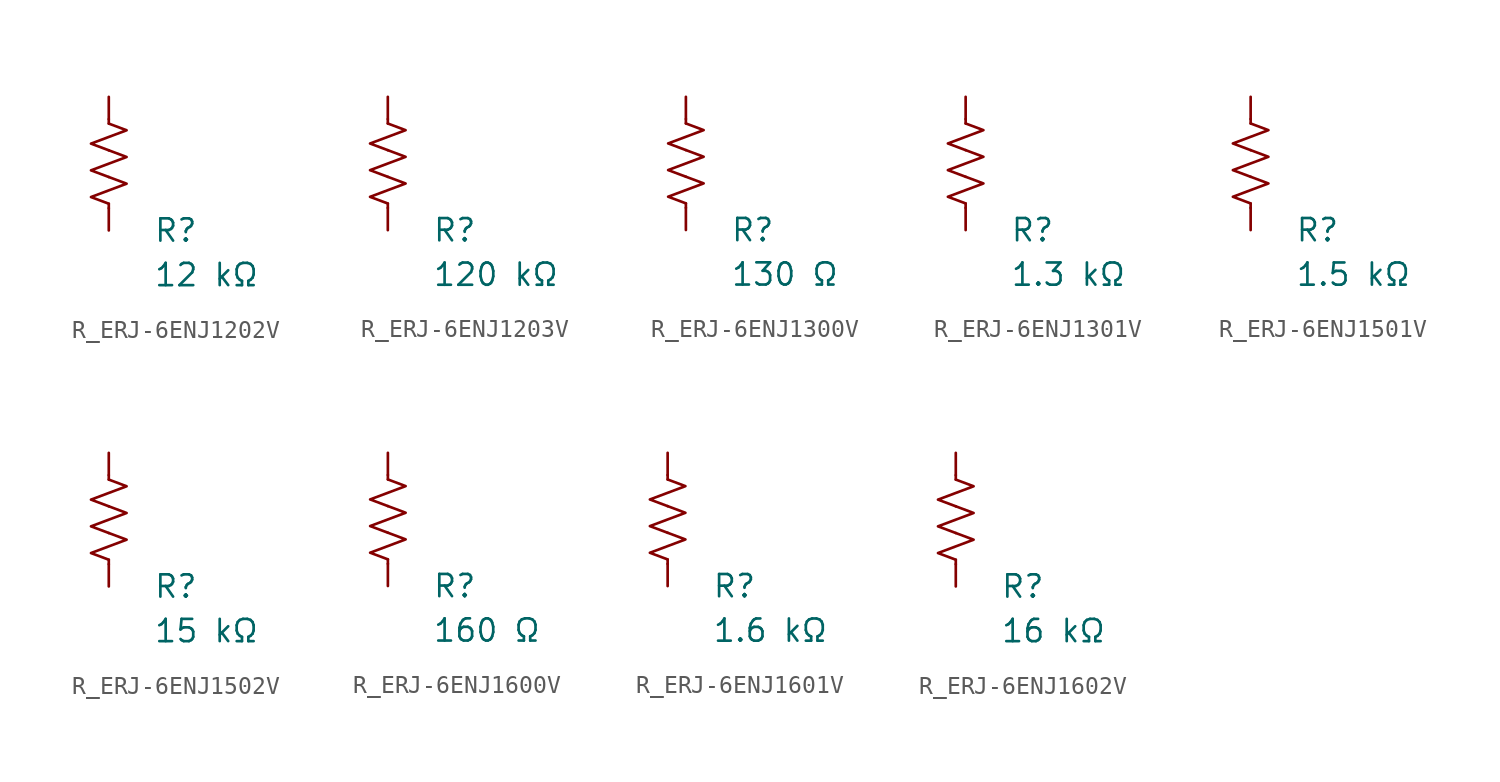
<source format=kicad_sym>
(kicad_symbol_lib
  (version 20231120)
  (generator "kicad_symbol_editor")
  (generator_version "8.0")
  (symbol "R_ERJ-6ENJ1202V"
    (pin_numbers hide)
    (pin_names
      (offset 0))
    (property "Reference" "R"
      (at 2.54 -3.81 0)
      (effects (font (size 1.27 1.27)) (justify left))
      (show_name no))
    (property "Value" "12 kΩ"
      (at 2.54 -6.35 0)
      (effects (font (size 1.27 1.27)) (justify left))
      (show_name no))
    (symbol "R_ERJ-6ENJ1202V_0_1"
      (polyline (pts (xy 0 -2.286) (xy 0 -2.54)) (stroke (width 0) (type default)) (fill (type none)))
      (polyline (pts (xy 0 2.286) (xy 0 2.54)) (stroke (width 0) (type default)) (fill (type none)))
      (polyline (pts (xy 0 -0.762) (xy 1.016 -1.143) (xy 0 -1.524) (xy -1.016 -1.905) (xy 0 -2.286)) (stroke (width 0) (type default)) (fill (type none)))
      (polyline (pts (xy 0 0.762) (xy 1.016 0.381) (xy 0 0) (xy -1.016 -0.381) (xy 0 -0.762)) (stroke (width 0) (type default)) (fill (type none)))
      (polyline (pts (xy 0 2.286) (xy 1.016 1.905) (xy 0 1.524) (xy -1.016 1.143) (xy 0 0.762)) (stroke (width 0) (type default)) (fill (type none))))
    (symbol "R_ERJ-6ENJ1202V_1_1"
      (pin passive line (at 0 3.81 270) (length 1.27) (name "~" (effects (font (size 1.27 1.27)))) (number "1" (effects (font (size 1.27 1.27)))))
      (pin passive line (at 0 -3.81 90) (length 1.27) (name "~" (effects (font (size 1.27 1.27)))) (number "2" (effects (font (size 1.27 1.27)))))))
  (symbol "R_ERJ-6ENJ1203V"
    (pin_numbers hide)
    (pin_names
      (offset 0))
    (property "Reference" "R"
      (at 2.54 -3.81 0)
      (effects (font (size 1.27 1.27)) (justify left))
      (show_name no))
    (property "Value" "120 kΩ"
      (at 2.54 -6.35 0)
      (effects (font (size 1.27 1.27)) (justify left))
      (show_name no))
    (symbol "R_ERJ-6ENJ1203V_0_1"
      (polyline (pts (xy 0 -2.286) (xy 0 -2.54)) (stroke (width 0) (type default)) (fill (type none)))
      (polyline (pts (xy 0 2.286) (xy 0 2.54)) (stroke (width 0) (type default)) (fill (type none)))
      (polyline (pts (xy 0 -0.762) (xy 1.016 -1.143) (xy 0 -1.524) (xy -1.016 -1.905) (xy 0 -2.286)) (stroke (width 0) (type default)) (fill (type none)))
      (polyline (pts (xy 0 0.762) (xy 1.016 0.381) (xy 0 0) (xy -1.016 -0.381) (xy 0 -0.762)) (stroke (width 0) (type default)) (fill (type none)))
      (polyline (pts (xy 0 2.286) (xy 1.016 1.905) (xy 0 1.524) (xy -1.016 1.143) (xy 0 0.762)) (stroke (width 0) (type default)) (fill (type none))))
    (symbol "R_ERJ-6ENJ1203V_1_1"
      (pin passive line (at 0 3.81 270) (length 1.27) (name "~" (effects (font (size 1.27 1.27)))) (number "1" (effects (font (size 1.27 1.27)))))
      (pin passive line (at 0 -3.81 90) (length 1.27) (name "~" (effects (font (size 1.27 1.27)))) (number "2" (effects (font (size 1.27 1.27)))))))
  (symbol "R_ERJ-6ENJ1300V"
    (pin_numbers hide)
    (pin_names
      (offset 0))
    (property "Reference" "R"
      (at 2.54 -3.81 0)
      (effects (font (size 1.27 1.27)) (justify left))
      (show_name no))
    (property "Value" "130 Ω"
      (at 2.54 -6.35 0)
      (effects (font (size 1.27 1.27)) (justify left))
      (show_name no))
    (symbol "R_ERJ-6ENJ1300V_0_1"
      (polyline (pts (xy 0 -2.286) (xy 0 -2.54)) (stroke (width 0) (type default)) (fill (type none)))
      (polyline (pts (xy 0 2.286) (xy 0 2.54)) (stroke (width 0) (type default)) (fill (type none)))
      (polyline (pts (xy 0 -0.762) (xy 1.016 -1.143) (xy 0 -1.524) (xy -1.016 -1.905) (xy 0 -2.286)) (stroke (width 0) (type default)) (fill (type none)))
      (polyline (pts (xy 0 0.762) (xy 1.016 0.381) (xy 0 0) (xy -1.016 -0.381) (xy 0 -0.762)) (stroke (width 0) (type default)) (fill (type none)))
      (polyline (pts (xy 0 2.286) (xy 1.016 1.905) (xy 0 1.524) (xy -1.016 1.143) (xy 0 0.762)) (stroke (width 0) (type default)) (fill (type none))))
    (symbol "R_ERJ-6ENJ1300V_1_1"
      (pin passive line (at 0 3.81 270) (length 1.27) (name "~" (effects (font (size 1.27 1.27)))) (number "1" (effects (font (size 1.27 1.27)))))
      (pin passive line (at 0 -3.81 90) (length 1.27) (name "~" (effects (font (size 1.27 1.27)))) (number "2" (effects (font (size 1.27 1.27)))))))
  (symbol "R_ERJ-6ENJ1301V"
    (pin_numbers hide)
    (pin_names
      (offset 0))
    (property "Reference" "R"
      (at 2.54 -3.81 0)
      (effects (font (size 1.27 1.27)) (justify left))
      (show_name no))
    (property "Value" "1.3 kΩ"
      (at 2.54 -6.35 0)
      (effects (font (size 1.27 1.27)) (justify left))
      (show_name no))
    (symbol "R_ERJ-6ENJ1301V_0_1"
      (polyline (pts (xy 0 -2.286) (xy 0 -2.54)) (stroke (width 0) (type default)) (fill (type none)))
      (polyline (pts (xy 0 2.286) (xy 0 2.54)) (stroke (width 0) (type default)) (fill (type none)))
      (polyline (pts (xy 0 -0.762) (xy 1.016 -1.143) (xy 0 -1.524) (xy -1.016 -1.905) (xy 0 -2.286)) (stroke (width 0) (type default)) (fill (type none)))
      (polyline (pts (xy 0 0.762) (xy 1.016 0.381) (xy 0 0) (xy -1.016 -0.381) (xy 0 -0.762)) (stroke (width 0) (type default)) (fill (type none)))
      (polyline (pts (xy 0 2.286) (xy 1.016 1.905) (xy 0 1.524) (xy -1.016 1.143) (xy 0 0.762)) (stroke (width 0) (type default)) (fill (type none))))
    (symbol "R_ERJ-6ENJ1301V_1_1"
      (pin passive line (at 0 3.81 270) (length 1.27) (name "~" (effects (font (size 1.27 1.27)))) (number "1" (effects (font (size 1.27 1.27)))))
      (pin passive line (at 0 -3.81 90) (length 1.27) (name "~" (effects (font (size 1.27 1.27)))) (number "2" (effects (font (size 1.27 1.27)))))))
  (symbol "R_ERJ-6ENJ1501V"
    (pin_numbers hide)
    (pin_names
      (offset 0))
    (property "Reference" "R"
      (at 2.54 -3.81 0)
      (effects (font (size 1.27 1.27)) (justify left))
      (show_name no))
    (property "Value" "1.5 kΩ"
      (at 2.54 -6.35 0)
      (effects (font (size 1.27 1.27)) (justify left))
      (show_name no))
    (symbol "R_ERJ-6ENJ1501V_0_1"
      (polyline (pts (xy 0 -2.286) (xy 0 -2.54)) (stroke (width 0) (type default)) (fill (type none)))
      (polyline (pts (xy 0 2.286) (xy 0 2.54)) (stroke (width 0) (type default)) (fill (type none)))
      (polyline (pts (xy 0 -0.762) (xy 1.016 -1.143) (xy 0 -1.524) (xy -1.016 -1.905) (xy 0 -2.286)) (stroke (width 0) (type default)) (fill (type none)))
      (polyline (pts (xy 0 0.762) (xy 1.016 0.381) (xy 0 0) (xy -1.016 -0.381) (xy 0 -0.762)) (stroke (width 0) (type default)) (fill (type none)))
      (polyline (pts (xy 0 2.286) (xy 1.016 1.905) (xy 0 1.524) (xy -1.016 1.143) (xy 0 0.762)) (stroke (width 0) (type default)) (fill (type none))))
    (symbol "R_ERJ-6ENJ1501V_1_1"
      (pin passive line (at 0 3.81 270) (length 1.27) (name "~" (effects (font (size 1.27 1.27)))) (number "1" (effects (font (size 1.27 1.27)))))
      (pin passive line (at 0 -3.81 90) (length 1.27) (name "~" (effects (font (size 1.27 1.27)))) (number "2" (effects (font (size 1.27 1.27)))))))
  (symbol "R_ERJ-6ENJ1502V"
    (pin_numbers hide)
    (pin_names
      (offset 0))
    (property "Reference" "R"
      (at 2.54 -3.81 0)
      (effects (font (size 1.27 1.27)) (justify left))
      (show_name no))
    (property "Value" "15 kΩ"
      (at 2.54 -6.35 0)
      (effects (font (size 1.27 1.27)) (justify left))
      (show_name no))
    (symbol "R_ERJ-6ENJ1502V_0_1"
      (polyline (pts (xy 0 -2.286) (xy 0 -2.54)) (stroke (width 0) (type default)) (fill (type none)))
      (polyline (pts (xy 0 2.286) (xy 0 2.54)) (stroke (width 0) (type default)) (fill (type none)))
      (polyline (pts (xy 0 -0.762) (xy 1.016 -1.143) (xy 0 -1.524) (xy -1.016 -1.905) (xy 0 -2.286)) (stroke (width 0) (type default)) (fill (type none)))
      (polyline (pts (xy 0 0.762) (xy 1.016 0.381) (xy 0 0) (xy -1.016 -0.381) (xy 0 -0.762)) (stroke (width 0) (type default)) (fill (type none)))
      (polyline (pts (xy 0 2.286) (xy 1.016 1.905) (xy 0 1.524) (xy -1.016 1.143) (xy 0 0.762)) (stroke (width 0) (type default)) (fill (type none))))
    (symbol "R_ERJ-6ENJ1502V_1_1"
      (pin passive line (at 0 3.81 270) (length 1.27) (name "~" (effects (font (size 1.27 1.27)))) (number "1" (effects (font (size 1.27 1.27)))))
      (pin passive line (at 0 -3.81 90) (length 1.27) (name "~" (effects (font (size 1.27 1.27)))) (number "2" (effects (font (size 1.27 1.27)))))))
  (symbol "R_ERJ-6ENJ1600V"
    (pin_numbers hide)
    (pin_names
      (offset 0))
    (property "Reference" "R"
      (at 2.54 -3.81 0)
      (effects (font (size 1.27 1.27)) (justify left))
      (show_name no))
    (property "Value" "160 Ω"
      (at 2.54 -6.35 0)
      (effects (font (size 1.27 1.27)) (justify left))
      (show_name no))
    (symbol "R_ERJ-6ENJ1600V_0_1"
      (polyline (pts (xy 0 -2.286) (xy 0 -2.54)) (stroke (width 0) (type default)) (fill (type none)))
      (polyline (pts (xy 0 2.286) (xy 0 2.54)) (stroke (width 0) (type default)) (fill (type none)))
      (polyline (pts (xy 0 -0.762) (xy 1.016 -1.143) (xy 0 -1.524) (xy -1.016 -1.905) (xy 0 -2.286)) (stroke (width 0) (type default)) (fill (type none)))
      (polyline (pts (xy 0 0.762) (xy 1.016 0.381) (xy 0 0) (xy -1.016 -0.381) (xy 0 -0.762)) (stroke (width 0) (type default)) (fill (type none)))
      (polyline (pts (xy 0 2.286) (xy 1.016 1.905) (xy 0 1.524) (xy -1.016 1.143) (xy 0 0.762)) (stroke (width 0) (type default)) (fill (type none))))
    (symbol "R_ERJ-6ENJ1600V_1_1"
      (pin passive line (at 0 3.81 270) (length 1.27) (name "~" (effects (font (size 1.27 1.27)))) (number "1" (effects (font (size 1.27 1.27)))))
      (pin passive line (at 0 -3.81 90) (length 1.27) (name "~" (effects (font (size 1.27 1.27)))) (number "2" (effects (font (size 1.27 1.27)))))))
  (symbol "R_ERJ-6ENJ1601V"
    (pin_numbers hide)
    (pin_names
      (offset 0))
    (property "Reference" "R"
      (at 2.54 -3.81 0)
      (effects (font (size 1.27 1.27)) (justify left))
      (show_name no))
    (property "Value" "1.6 kΩ"
      (at 2.54 -6.35 0)
      (effects (font (size 1.27 1.27)) (justify left))
      (show_name no))
    (symbol "R_ERJ-6ENJ1601V_0_1"
      (polyline (pts (xy 0 -2.286) (xy 0 -2.54)) (stroke (width 0) (type default)) (fill (type none)))
      (polyline (pts (xy 0 2.286) (xy 0 2.54)) (stroke (width 0) (type default)) (fill (type none)))
      (polyline (pts (xy 0 -0.762) (xy 1.016 -1.143) (xy 0 -1.524) (xy -1.016 -1.905) (xy 0 -2.286)) (stroke (width 0) (type default)) (fill (type none)))
      (polyline (pts (xy 0 0.762) (xy 1.016 0.381) (xy 0 0) (xy -1.016 -0.381) (xy 0 -0.762)) (stroke (width 0) (type default)) (fill (type none)))
      (polyline (pts (xy 0 2.286) (xy 1.016 1.905) (xy 0 1.524) (xy -1.016 1.143) (xy 0 0.762)) (stroke (width 0) (type default)) (fill (type none))))
    (symbol "R_ERJ-6ENJ1601V_1_1"
      (pin passive line (at 0 3.81 270) (length 1.27) (name "~" (effects (font (size 1.27 1.27)))) (number "1" (effects (font (size 1.27 1.27)))))
      (pin passive line (at 0 -3.81 90) (length 1.27) (name "~" (effects (font (size 1.27 1.27)))) (number "2" (effects (font (size 1.27 1.27)))))))
  (symbol "R_ERJ-6ENJ1602V"
    (pin_numbers hide)
    (pin_names
      (offset 0))
    (property "Reference" "R"
      (at 2.54 -3.81 0)
      (effects (font (size 1.27 1.27)) (justify left))
      (show_name no))
    (property "Value" "16 kΩ"
      (at 2.54 -6.35 0)
      (effects (font (size 1.27 1.27)) (justify left))
      (show_name no))
    (symbol "R_ERJ-6ENJ1602V_0_1"
      (polyline (pts (xy 0 -2.286) (xy 0 -2.54)) (stroke (width 0) (type default)) (fill (type none)))
      (polyline (pts (xy 0 2.286) (xy 0 2.54)) (stroke (width 0) (type default)) (fill (type none)))
      (polyline (pts (xy 0 -0.762) (xy 1.016 -1.143) (xy 0 -1.524) (xy -1.016 -1.905) (xy 0 -2.286)) (stroke (width 0) (type default)) (fill (type none)))
      (polyline (pts (xy 0 0.762) (xy 1.016 0.381) (xy 0 0) (xy -1.016 -0.381) (xy 0 -0.762)) (stroke (width 0) (type default)) (fill (type none)))
      (polyline (pts (xy 0 2.286) (xy 1.016 1.905) (xy 0 1.524) (xy -1.016 1.143) (xy 0 0.762)) (stroke (width 0) (type default)) (fill (type none))))
    (symbol "R_ERJ-6ENJ1602V_1_1"
      (pin passive line (at 0 3.81 270) (length 1.27) (name "~" (effects (font (size 1.27 1.27)))) (number "1" (effects (font (size 1.27 1.27)))))
      (pin passive line (at 0 -3.81 90) (length 1.27) (name "~" (effects (font (size 1.27 1.27)))) (number "2" (effects (font (size 1.27 1.27))))))))
</source>
